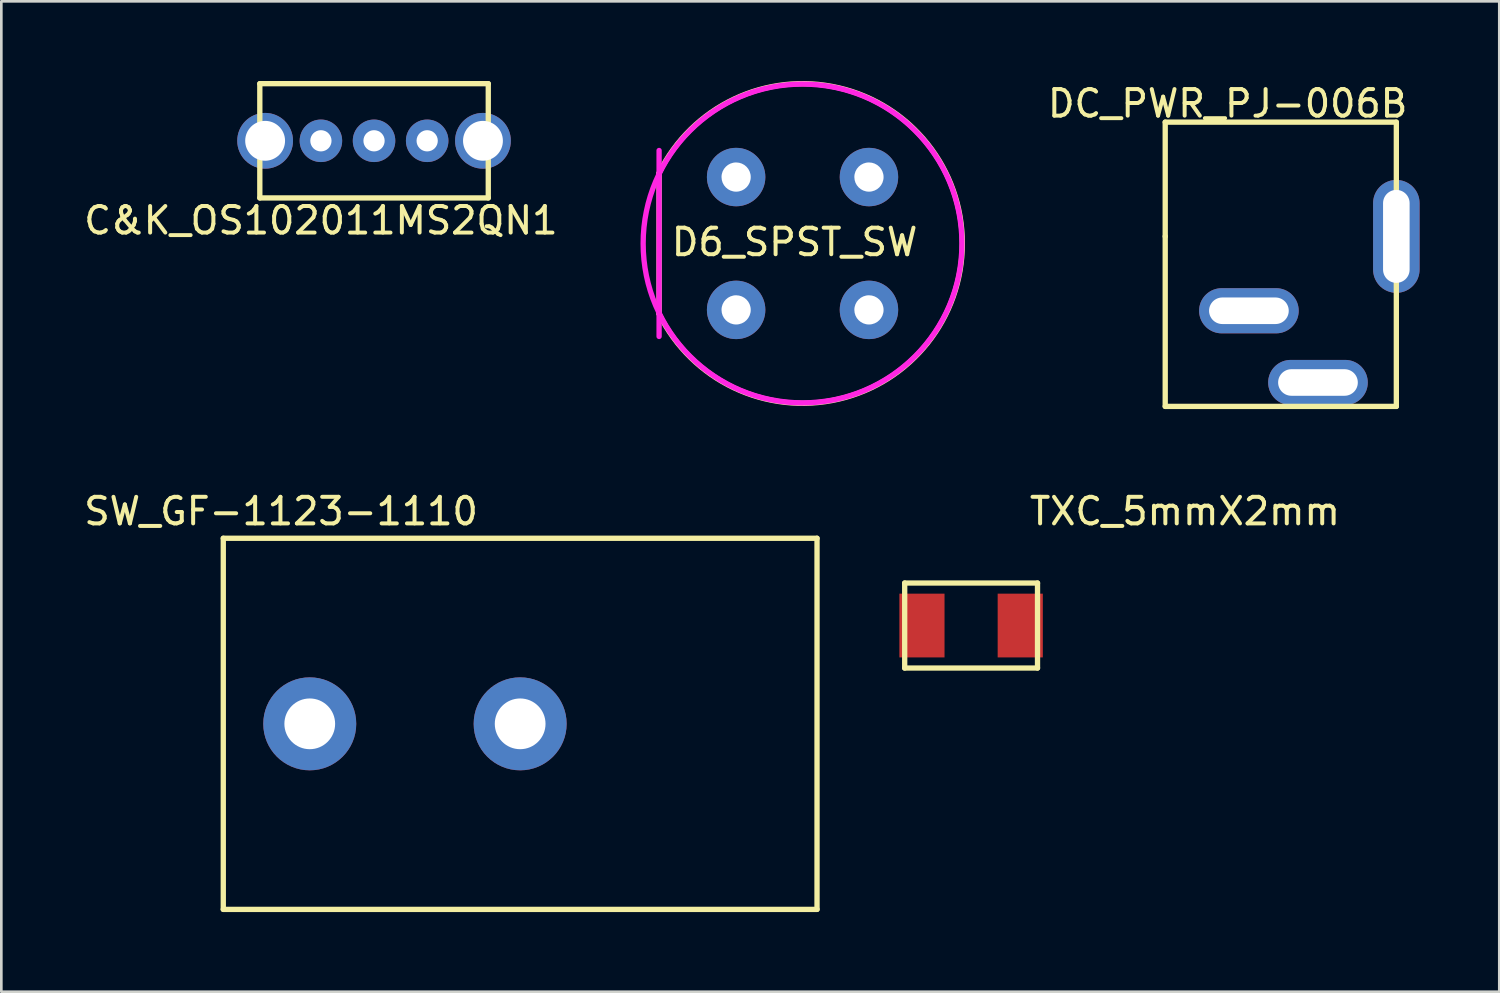
<source format=kicad_pcb>
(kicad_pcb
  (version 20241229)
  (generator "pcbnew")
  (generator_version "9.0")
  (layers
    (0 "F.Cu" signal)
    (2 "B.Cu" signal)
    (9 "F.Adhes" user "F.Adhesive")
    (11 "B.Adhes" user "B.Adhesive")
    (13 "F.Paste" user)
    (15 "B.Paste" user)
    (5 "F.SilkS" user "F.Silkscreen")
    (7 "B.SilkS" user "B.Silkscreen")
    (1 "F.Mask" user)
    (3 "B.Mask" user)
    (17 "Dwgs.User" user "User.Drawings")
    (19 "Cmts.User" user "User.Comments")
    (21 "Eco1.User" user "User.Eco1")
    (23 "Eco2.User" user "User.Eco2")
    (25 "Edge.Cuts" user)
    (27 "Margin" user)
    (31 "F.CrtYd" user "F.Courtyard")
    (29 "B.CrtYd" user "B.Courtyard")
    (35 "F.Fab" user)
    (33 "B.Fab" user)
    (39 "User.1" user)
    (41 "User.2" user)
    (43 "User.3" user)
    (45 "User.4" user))
  (footprint "TXC_5mmX2mm"
    (layer "F.Cu")
    (at 33.505 20.497)
    (property "Reference" "TXC_5mmX2mm" (at 8.05 -4.3 0) (layer "F.SilkS") (effects (font (size 1 1) (thickness 0.15))))
    (attr through_hole)
    (fp_line (start -2.5 -1.6) (end 2.5 -1.6) (stroke (width 0.2) (type solid)) (layer "F.SilkS"))
    (fp_line (start -2.5 1.6) (end -2.5 -1.6) (stroke (width 0.2) (type solid)) (layer "F.SilkS"))
    (fp_line (start 2.5 -1.6) (end 2.5 1.6) (stroke (width 0.2) (type solid)) (layer "F.SilkS"))
    (fp_line (start 2.5 1.6) (end -2.5 1.6) (stroke (width 0.2) (type solid)) (layer "F.SilkS"))
    (pad "1" smd rect (at -1.85 0) (size 1.7 2.4) (layers "F.Cu" "F.Mask" "F.Paste"))
    (pad "2" smd rect (at 1.85 0) (size 1.7 2.4) (layers "F.Cu" "F.Mask" "F.Paste")))
  (footprint "D6_SPST_SW"
    (layer "F.Cu")
    (at 27.16 6.115)
    (property "Reference" "D6_SPST_SW" (at -0.3 -0.05 0) (layer "F.SilkS") (effects (font (size 1 1) (thickness 0.15))))
    (attr through_hole)
    (fp_line (start -5.4 -2.65) (end -5.4 2.65) (stroke (width 0.2) (type solid)) (layer "F.SilkS"))
    (fp_arc (start -5.399999 -2.65) (mid 6.015188 0) (end -5.399999 2.649999) (stroke (width 0.2) (type solid)) (layer "F.SilkS"))
    (fp_line (start -5.4 -3.5) (end -5.4 3.5) (stroke (width 0.2) (type solid)) (layer "F.CrtYd"))
    (fp_circle (center 0 0) (end 6 0) (stroke (width 0.2) (type solid)) (fill no) (layer "F.CrtYd"))
    (pad "1" thru_hole circle (at -2.5 -2.5) (size 2.2 2.2) (drill 1.1) (layers "*.Cu" "*.Mask"))
    (pad "2" thru_hole circle (at 2.5 -2.5) (size 2.2 2.2) (drill 1.1) (layers "*.Cu" "*.Mask"))
    (pad "3" thru_hole circle (at -2.5 2.5) (size 2.2 2.2) (drill 1.1) (layers "*.Cu" "*.Mask"))
    (pad "4" thru_hole circle (at 2.5 2.5) (size 2.2 2.2) (drill 1.1) (layers "*.Cu" "*.Mask")))
  (footprint "C&K_OS102011MS2QN1"
    (layer "F.Cu")
    (at 11.03 2.25)
    (property "Reference" "C&K_OS102011MS2QN1" (at -2 3 0) (layer "F.SilkS") (effects (font (size 1 1) (thickness 0.15))))
    (attr through_hole)
    (fp_line (start -4.3 -2.15) (end 4.3 -2.15) (stroke (width 0.2) (type solid)) (layer "F.SilkS"))
    (fp_line (start -4.3 0) (end -4.3 -2.15) (stroke (width 0.2) (type solid)) (layer "F.SilkS"))
    (fp_line (start -4.3 2.15) (end -4.3 0) (stroke (width 0.2) (type solid)) (layer "F.SilkS"))
    (fp_line (start 4.3 -2.15) (end 4.3 2.15) (stroke (width 0.2) (type solid)) (layer "F.SilkS"))
    (fp_line (start 4.3 2.15) (end -4.3 2.15) (stroke (width 0.2) (type solid)) (layer "F.SilkS"))
    (pad "1" thru_hole circle (at -2 0) (size 1.6 1.6) (drill 0.8) (layers "*.Cu" "*.Mask"))
    (pad "2" thru_hole circle (at 0 0) (size 1.6 1.6) (drill 0.8) (layers "*.Cu" "*.Mask"))
    (pad "3" thru_hole circle (at 2 0) (size 1.6 1.6) (drill 0.8) (layers "*.Cu" "*.Mask"))
    (pad "4" thru_hole circle (at -4.1 0) (size 2.1 2.1) (drill 1.5) (layers "*.Cu" "*.Mask"))
    (pad "5" thru_hole circle (at 4.1 0) (size 2.1 2.1) (drill 1.5) (layers "*.Cu" "*.Mask")))
  (footprint "SW_GF-1123-1110"
    (layer "F.Cu")
    (at 16.53 24.197)
    (property "Reference" "SW_GF-1123-1110" (at -9 -8 0) (layer "F.SilkS") (effects (font (size 1 1) (thickness 0.15))))
    (attr through_hole)
    (fp_line (start -11.175 -6.985) (end 11.175 -6.985) (stroke (width 0.2) (type solid)) (layer "F.SilkS"))
    (fp_line (start -11.175 6.985) (end -11.175 -6.985) (stroke (width 0.2) (type solid)) (layer "F.SilkS"))
    (fp_line (start 11.175 -6.985) (end 11.175 6.985) (stroke (width 0.2) (type solid)) (layer "F.SilkS"))
    (fp_line (start 11.175 6.985) (end -11.175 6.985) (stroke (width 0.2) (type solid)) (layer "F.SilkS"))
    (pad "1" thru_hole circle (at -7.92 0) (size 3.5 3.5) (drill 1.91) (layers "*.Cu" "*.Mask"))
    (pad "2" thru_hole circle (at 0 0) (size 3.5 3.5) (drill 1.91) (layers "*.Cu" "*.Mask")))
  (footprint "DC_PWR_PJ-006B"
    (layer "F.Cu")
    (at 45.162 5.848)
    (property "Reference" "DC_PWR_PJ-006B" (at -2 -5 180) (layer "F.SilkS") (effects (font (size 1 1) (thickness 0.15))))
    (attr through_hole)
    (fp_line (start -4.35 -4.3) (end 4.35 -4.3) (stroke (width 0.2) (type solid)) (layer "F.SilkS"))
    (fp_line (start -4.35 0) (end -4.35 -4.3) (stroke (width 0.2) (type solid)) (layer "F.SilkS"))
    (fp_line (start -4.35 0) (end -4.35 6.4) (stroke (width 0.2) (type solid)) (layer "F.SilkS"))
    (fp_line (start -4.35 6.4) (end 4.35 6.4) (stroke (width 0.2) (type solid)) (layer "F.SilkS"))
    (fp_line (start 4.35 -4.3) (end 4.35 0) (stroke (width 0.2) (type solid)) (layer "F.SilkS"))
    (fp_line (start 4.35 6.4) (end 4.35 0) (stroke (width 0.2) (type solid)) (layer "F.SilkS"))
    (pad "1" thru_hole oval (at 4.35 0) (size 1.75 4.25) (drill oval 1 3.5) (layers "*.Cu" "*.Mask"))
    (pad "2" thru_hole oval (at 1.4 5.5) (size 3.75 1.7) (drill oval 3 1) (layers "*.Cu" "*.Mask"))
    (pad "3" thru_hole oval (at -1.2 2.8) (size 3.75 1.7) (drill oval 3 1) (layers "*.Cu" "*.Mask")))
  (gr_rect
    (start -3 -3)
    (end 53.387 34.282)
    (stroke (width 0.1) (type default))
    (fill no)
    (layer "Edge.Cuts")))
</source>
